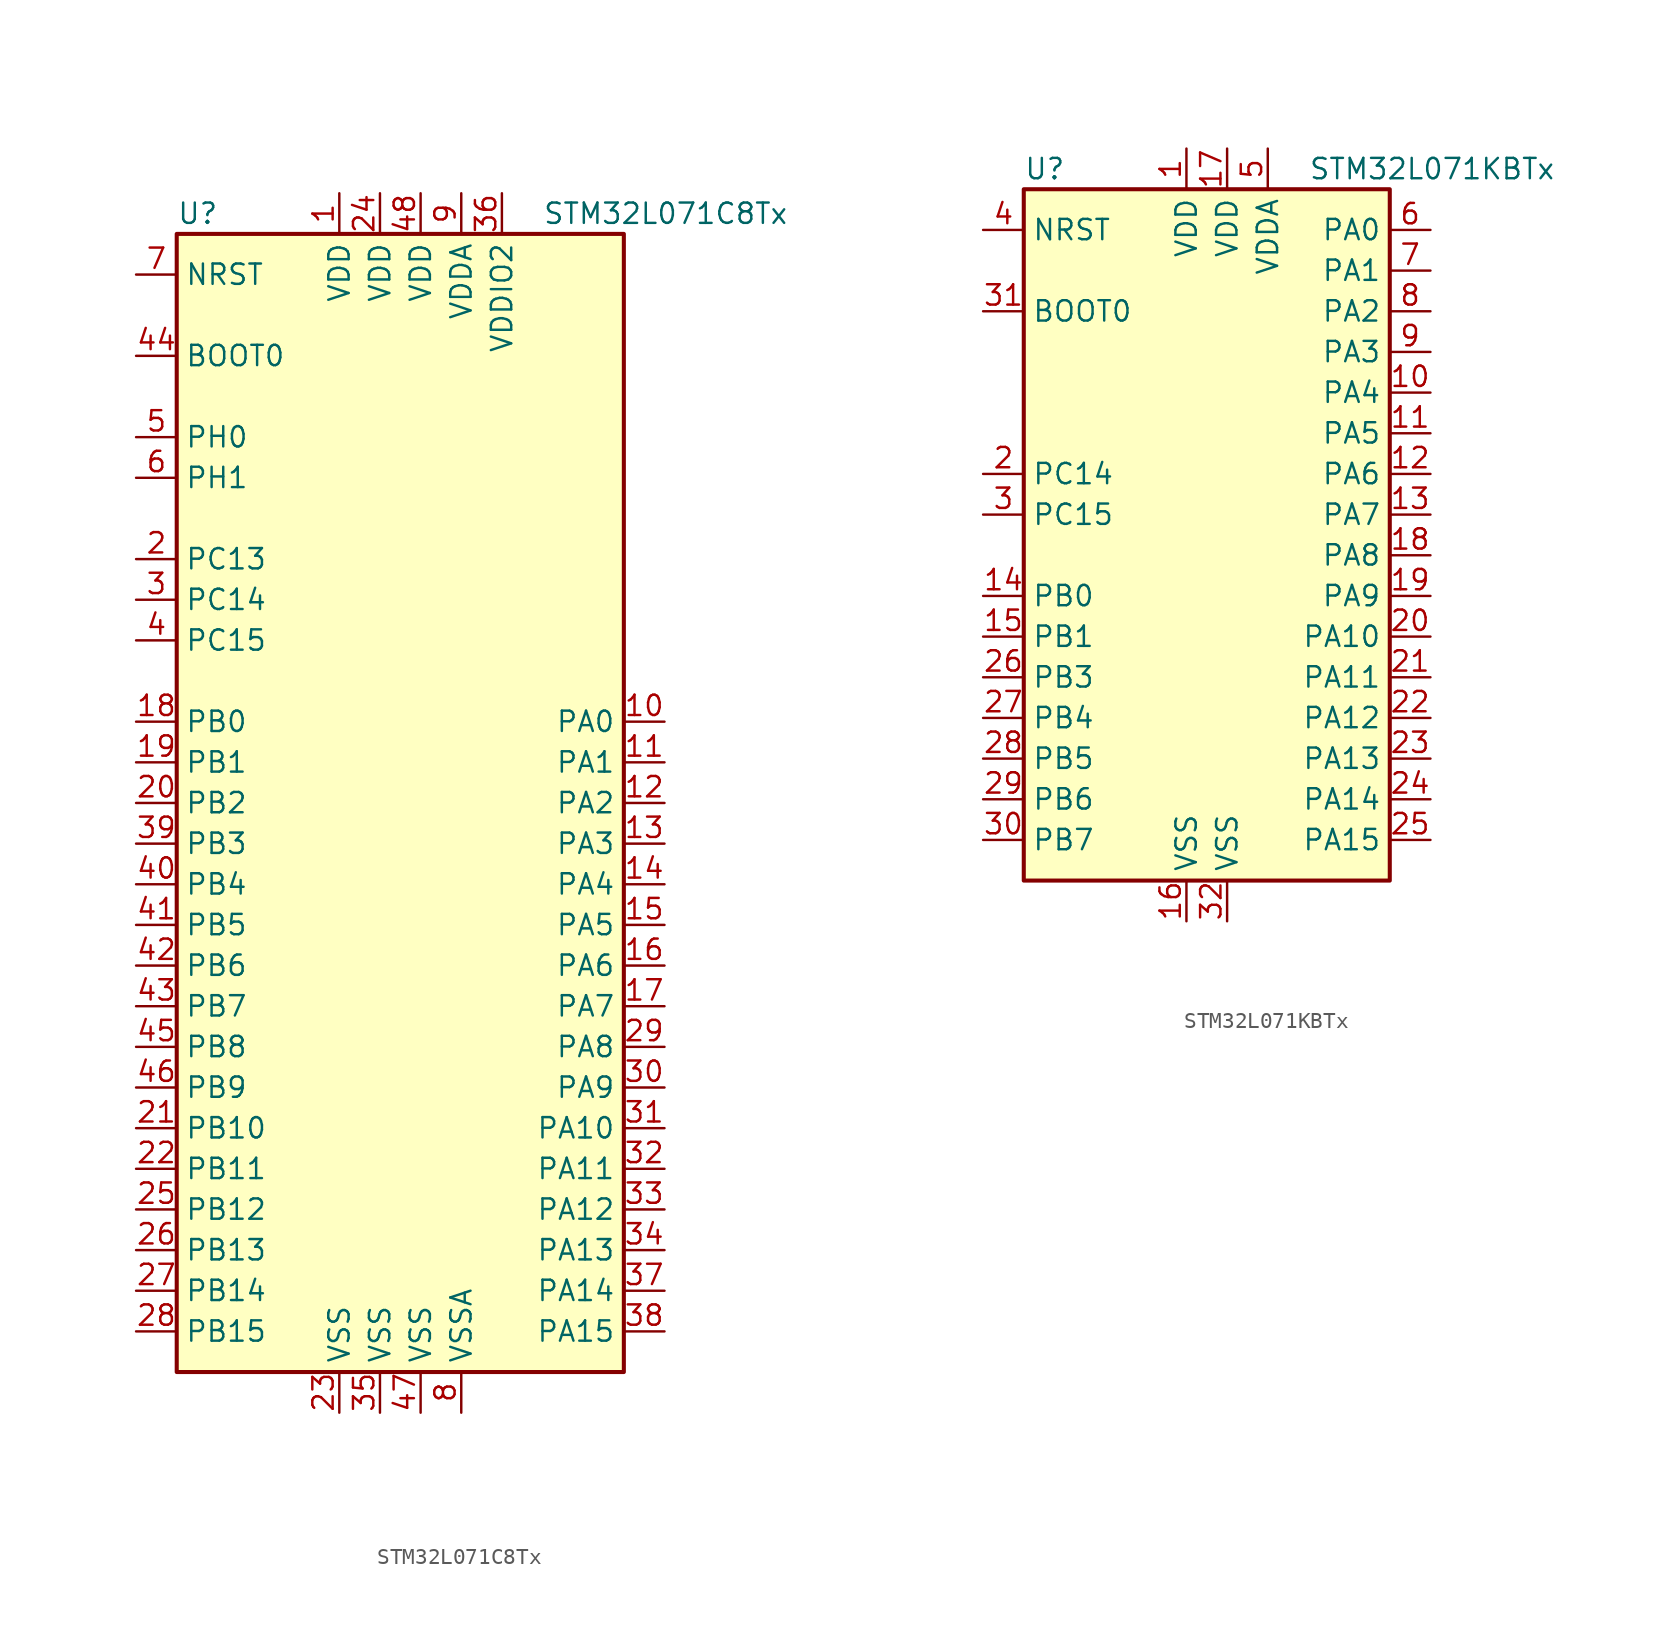
<source format=kicad_sym>
(kicad_symbol_lib
  (version 20201005)
  (generator kicad_symbol_editor)
  (symbol "STM32L071C8Tx"
    (property "Reference" "U"
      (at -15.24 36.83 0)
      (effects (font (size 1.27 1.27)) (justify left)))
    (property "Value" "STM32L071C8Tx"
      (at 7.62 36.83 0)
      (effects (font (size 1.27 1.27)) (justify left)))
    (symbol "STM32L071C8Tx_0_1"
      (rectangle (start -15.24 -35.56) (end 12.7 35.56) (stroke (width 0.254)) (fill (type background))))
    (symbol "STM32L071C8Tx_1_1"
      (pin input line (at -17.78 27.94 0) (length 2.54) (name "BOOT0" (effects (font (size 1.27 1.27)))) (number "44" (effects (font (size 1.27 1.27)))))
      (pin input line (at -17.78 33.02 0) (length 2.54) (name "NRST" (effects (font (size 1.27 1.27)))) (number "7" (effects (font (size 1.27 1.27)))))
      (pin bidirectional line (at 15.24 5.08 180) (length 2.54) (name "PA0" (effects (font (size 1.27 1.27)))) (number "10" (effects (font (size 1.27 1.27)))))
      (pin bidirectional line (at 15.24 2.54 180) (length 2.54) (name "PA1" (effects (font (size 1.27 1.27)))) (number "11" (effects (font (size 1.27 1.27)))))
      (pin bidirectional line (at 15.24 -20.32 180) (length 2.54) (name "PA10" (effects (font (size 1.27 1.27)))) (number "31" (effects (font (size 1.27 1.27)))))
      (pin bidirectional line (at 15.24 -22.86 180) (length 2.54) (name "PA11" (effects (font (size 1.27 1.27)))) (number "32" (effects (font (size 1.27 1.27)))))
      (pin bidirectional line (at 15.24 -25.4 180) (length 2.54) (name "PA12" (effects (font (size 1.27 1.27)))) (number "33" (effects (font (size 1.27 1.27)))))
      (pin bidirectional line (at 15.24 -27.94 180) (length 2.54) (name "PA13" (effects (font (size 1.27 1.27)))) (number "34" (effects (font (size 1.27 1.27)))))
      (pin bidirectional line (at 15.24 -30.48 180) (length 2.54) (name "PA14" (effects (font (size 1.27 1.27)))) (number "37" (effects (font (size 1.27 1.27)))))
      (pin bidirectional line (at 15.24 -33.02 180) (length 2.54) (name "PA15" (effects (font (size 1.27 1.27)))) (number "38" (effects (font (size 1.27 1.27)))))
      (pin bidirectional line (at 15.24 0 180) (length 2.54) (name "PA2" (effects (font (size 1.27 1.27)))) (number "12" (effects (font (size 1.27 1.27)))))
      (pin bidirectional line (at 15.24 -2.54 180) (length 2.54) (name "PA3" (effects (font (size 1.27 1.27)))) (number "13" (effects (font (size 1.27 1.27)))))
      (pin bidirectional line (at 15.24 -5.08 180) (length 2.54) (name "PA4" (effects (font (size 1.27 1.27)))) (number "14" (effects (font (size 1.27 1.27)))))
      (pin bidirectional line (at 15.24 -7.62 180) (length 2.54) (name "PA5" (effects (font (size 1.27 1.27)))) (number "15" (effects (font (size 1.27 1.27)))))
      (pin bidirectional line (at 15.24 -10.16 180) (length 2.54) (name "PA6" (effects (font (size 1.27 1.27)))) (number "16" (effects (font (size 1.27 1.27)))))
      (pin bidirectional line (at 15.24 -12.7 180) (length 2.54) (name "PA7" (effects (font (size 1.27 1.27)))) (number "17" (effects (font (size 1.27 1.27)))))
      (pin bidirectional line (at 15.24 -15.24 180) (length 2.54) (name "PA8" (effects (font (size 1.27 1.27)))) (number "29" (effects (font (size 1.27 1.27)))))
      (pin bidirectional line (at 15.24 -17.78 180) (length 2.54) (name "PA9" (effects (font (size 1.27 1.27)))) (number "30" (effects (font (size 1.27 1.27)))))
      (pin bidirectional line (at -17.78 5.08 0) (length 2.54) (name "PB0" (effects (font (size 1.27 1.27)))) (number "18" (effects (font (size 1.27 1.27)))))
      (pin bidirectional line (at -17.78 2.54 0) (length 2.54) (name "PB1" (effects (font (size 1.27 1.27)))) (number "19" (effects (font (size 1.27 1.27)))))
      (pin bidirectional line (at -17.78 -20.32 0) (length 2.54) (name "PB10" (effects (font (size 1.27 1.27)))) (number "21" (effects (font (size 1.27 1.27)))))
      (pin bidirectional line (at -17.78 -22.86 0) (length 2.54) (name "PB11" (effects (font (size 1.27 1.27)))) (number "22" (effects (font (size 1.27 1.27)))))
      (pin bidirectional line (at -17.78 -25.4 0) (length 2.54) (name "PB12" (effects (font (size 1.27 1.27)))) (number "25" (effects (font (size 1.27 1.27)))))
      (pin bidirectional line (at -17.78 -27.94 0) (length 2.54) (name "PB13" (effects (font (size 1.27 1.27)))) (number "26" (effects (font (size 1.27 1.27)))))
      (pin bidirectional line (at -17.78 -30.48 0) (length 2.54) (name "PB14" (effects (font (size 1.27 1.27)))) (number "27" (effects (font (size 1.27 1.27)))))
      (pin bidirectional line (at -17.78 -33.02 0) (length 2.54) (name "PB15" (effects (font (size 1.27 1.27)))) (number "28" (effects (font (size 1.27 1.27)))))
      (pin bidirectional line (at -17.78 0 0) (length 2.54) (name "PB2" (effects (font (size 1.27 1.27)))) (number "20" (effects (font (size 1.27 1.27)))))
      (pin bidirectional line (at -17.78 -2.54 0) (length 2.54) (name "PB3" (effects (font (size 1.27 1.27)))) (number "39" (effects (font (size 1.27 1.27)))))
      (pin bidirectional line (at -17.78 -5.08 0) (length 2.54) (name "PB4" (effects (font (size 1.27 1.27)))) (number "40" (effects (font (size 1.27 1.27)))))
      (pin bidirectional line (at -17.78 -7.62 0) (length 2.54) (name "PB5" (effects (font (size 1.27 1.27)))) (number "41" (effects (font (size 1.27 1.27)))))
      (pin bidirectional line (at -17.78 -10.16 0) (length 2.54) (name "PB6" (effects (font (size 1.27 1.27)))) (number "42" (effects (font (size 1.27 1.27)))))
      (pin bidirectional line (at -17.78 -12.7 0) (length 2.54) (name "PB7" (effects (font (size 1.27 1.27)))) (number "43" (effects (font (size 1.27 1.27)))))
      (pin bidirectional line (at -17.78 -15.24 0) (length 2.54) (name "PB8" (effects (font (size 1.27 1.27)))) (number "45" (effects (font (size 1.27 1.27)))))
      (pin bidirectional line (at -17.78 -17.78 0) (length 2.54) (name "PB9" (effects (font (size 1.27 1.27)))) (number "46" (effects (font (size 1.27 1.27)))))
      (pin bidirectional line (at -17.78 15.24 0) (length 2.54) (name "PC13" (effects (font (size 1.27 1.27)))) (number "2" (effects (font (size 1.27 1.27)))))
      (pin bidirectional line (at -17.78 12.7 0) (length 2.54) (name "PC14" (effects (font (size 1.27 1.27)))) (number "3" (effects (font (size 1.27 1.27)))))
      (pin bidirectional line (at -17.78 10.16 0) (length 2.54) (name "PC15" (effects (font (size 1.27 1.27)))) (number "4" (effects (font (size 1.27 1.27)))))
      (pin input line (at -17.78 22.86 0) (length 2.54) (name "PH0" (effects (font (size 1.27 1.27)))) (number "5" (effects (font (size 1.27 1.27)))))
      (pin input line (at -17.78 20.32 0) (length 2.54) (name "PH1" (effects (font (size 1.27 1.27)))) (number "6" (effects (font (size 1.27 1.27)))))
      (pin power_in line (at -5.08 38.1 270) (length 2.54) (name "VDD" (effects (font (size 1.27 1.27)))) (number "1" (effects (font (size 1.27 1.27)))))
      (pin power_in line (at -2.54 38.1 270) (length 2.54) (name "VDD" (effects (font (size 1.27 1.27)))) (number "24" (effects (font (size 1.27 1.27)))))
      (pin power_in line (at 0 38.1 270) (length 2.54) (name "VDD" (effects (font (size 1.27 1.27)))) (number "48" (effects (font (size 1.27 1.27)))))
      (pin power_in line (at 2.54 38.1 270) (length 2.54) (name "VDDA" (effects (font (size 1.27 1.27)))) (number "9" (effects (font (size 1.27 1.27)))))
      (pin power_in line (at 5.08 38.1 270) (length 2.54) (name "VDDIO2" (effects (font (size 1.27 1.27)))) (number "36" (effects (font (size 1.27 1.27)))))
      (pin power_in line (at -5.08 -38.1 90) (length 2.54) (name "VSS" (effects (font (size 1.27 1.27)))) (number "23" (effects (font (size 1.27 1.27)))))
      (pin power_in line (at -2.54 -38.1 90) (length 2.54) (name "VSS" (effects (font (size 1.27 1.27)))) (number "35" (effects (font (size 1.27 1.27)))))
      (pin power_in line (at 0 -38.1 90) (length 2.54) (name "VSS" (effects (font (size 1.27 1.27)))) (number "47" (effects (font (size 1.27 1.27)))))
      (pin power_in line (at 2.54 -38.1 90) (length 2.54) (name "VSSA" (effects (font (size 1.27 1.27)))) (number "8" (effects (font (size 1.27 1.27)))))))
  (symbol "STM32L071KBTx"
    (property "Reference" "U"
      (at -12.7 21.59 0)
      (effects (font (size 1.27 1.27)) (justify left)))
    (property "Value" "STM32L071KBTx"
      (at 5.08 21.59 0)
      (effects (font (size 1.27 1.27)) (justify left)))
    (symbol "STM32L071KBTx_0_1"
      (rectangle (start -12.7 -22.86) (end 10.16 20.32) (stroke (width 0.254)) (fill (type background))))
    (symbol "STM32L071KBTx_1_1"
      (pin input line (at -15.24 12.7 0) (length 2.54) (name "BOOT0" (effects (font (size 1.27 1.27)))) (number "31" (effects (font (size 1.27 1.27)))))
      (pin input line (at -15.24 17.78 0) (length 2.54) (name "NRST" (effects (font (size 1.27 1.27)))) (number "4" (effects (font (size 1.27 1.27)))))
      (pin bidirectional line (at 12.7 17.78 180) (length 2.54) (name "PA0" (effects (font (size 1.27 1.27)))) (number "6" (effects (font (size 1.27 1.27)))))
      (pin bidirectional line (at 12.7 15.24 180) (length 2.54) (name "PA1" (effects (font (size 1.27 1.27)))) (number "7" (effects (font (size 1.27 1.27)))))
      (pin bidirectional line (at 12.7 -7.62 180) (length 2.54) (name "PA10" (effects (font (size 1.27 1.27)))) (number "20" (effects (font (size 1.27 1.27)))))
      (pin bidirectional line (at 12.7 -10.16 180) (length 2.54) (name "PA11" (effects (font (size 1.27 1.27)))) (number "21" (effects (font (size 1.27 1.27)))))
      (pin bidirectional line (at 12.7 -12.7 180) (length 2.54) (name "PA12" (effects (font (size 1.27 1.27)))) (number "22" (effects (font (size 1.27 1.27)))))
      (pin bidirectional line (at 12.7 -15.24 180) (length 2.54) (name "PA13" (effects (font (size 1.27 1.27)))) (number "23" (effects (font (size 1.27 1.27)))))
      (pin bidirectional line (at 12.7 -17.78 180) (length 2.54) (name "PA14" (effects (font (size 1.27 1.27)))) (number "24" (effects (font (size 1.27 1.27)))))
      (pin bidirectional line (at 12.7 -20.32 180) (length 2.54) (name "PA15" (effects (font (size 1.27 1.27)))) (number "25" (effects (font (size 1.27 1.27)))))
      (pin bidirectional line (at 12.7 12.7 180) (length 2.54) (name "PA2" (effects (font (size 1.27 1.27)))) (number "8" (effects (font (size 1.27 1.27)))))
      (pin bidirectional line (at 12.7 10.16 180) (length 2.54) (name "PA3" (effects (font (size 1.27 1.27)))) (number "9" (effects (font (size 1.27 1.27)))))
      (pin bidirectional line (at 12.7 7.62 180) (length 2.54) (name "PA4" (effects (font (size 1.27 1.27)))) (number "10" (effects (font (size 1.27 1.27)))))
      (pin bidirectional line (at 12.7 5.08 180) (length 2.54) (name "PA5" (effects (font (size 1.27 1.27)))) (number "11" (effects (font (size 1.27 1.27)))))
      (pin bidirectional line (at 12.7 2.54 180) (length 2.54) (name "PA6" (effects (font (size 1.27 1.27)))) (number "12" (effects (font (size 1.27 1.27)))))
      (pin bidirectional line (at 12.7 0 180) (length 2.54) (name "PA7" (effects (font (size 1.27 1.27)))) (number "13" (effects (font (size 1.27 1.27)))))
      (pin bidirectional line (at 12.7 -2.54 180) (length 2.54) (name "PA8" (effects (font (size 1.27 1.27)))) (number "18" (effects (font (size 1.27 1.27)))))
      (pin bidirectional line (at 12.7 -5.08 180) (length 2.54) (name "PA9" (effects (font (size 1.27 1.27)))) (number "19" (effects (font (size 1.27 1.27)))))
      (pin bidirectional line (at -15.24 -5.08 0) (length 2.54) (name "PB0" (effects (font (size 1.27 1.27)))) (number "14" (effects (font (size 1.27 1.27)))))
      (pin bidirectional line (at -15.24 -7.62 0) (length 2.54) (name "PB1" (effects (font (size 1.27 1.27)))) (number "15" (effects (font (size 1.27 1.27)))))
      (pin bidirectional line (at -15.24 -10.16 0) (length 2.54) (name "PB3" (effects (font (size 1.27 1.27)))) (number "26" (effects (font (size 1.27 1.27)))))
      (pin bidirectional line (at -15.24 -12.7 0) (length 2.54) (name "PB4" (effects (font (size 1.27 1.27)))) (number "27" (effects (font (size 1.27 1.27)))))
      (pin bidirectional line (at -15.24 -15.24 0) (length 2.54) (name "PB5" (effects (font (size 1.27 1.27)))) (number "28" (effects (font (size 1.27 1.27)))))
      (pin bidirectional line (at -15.24 -17.78 0) (length 2.54) (name "PB6" (effects (font (size 1.27 1.27)))) (number "29" (effects (font (size 1.27 1.27)))))
      (pin bidirectional line (at -15.24 -20.32 0) (length 2.54) (name "PB7" (effects (font (size 1.27 1.27)))) (number "30" (effects (font (size 1.27 1.27)))))
      (pin bidirectional line (at -15.24 2.54 0) (length 2.54) (name "PC14" (effects (font (size 1.27 1.27)))) (number "2" (effects (font (size 1.27 1.27)))))
      (pin bidirectional line (at -15.24 0 0) (length 2.54) (name "PC15" (effects (font (size 1.27 1.27)))) (number "3" (effects (font (size 1.27 1.27)))))
      (pin power_in line (at -2.54 22.86 270) (length 2.54) (name "VDD" (effects (font (size 1.27 1.27)))) (number "1" (effects (font (size 1.27 1.27)))))
      (pin power_in line (at 0 22.86 270) (length 2.54) (name "VDD" (effects (font (size 1.27 1.27)))) (number "17" (effects (font (size 1.27 1.27)))))
      (pin power_in line (at 2.54 22.86 270) (length 2.54) (name "VDDA" (effects (font (size 1.27 1.27)))) (number "5" (effects (font (size 1.27 1.27)))))
      (pin power_in line (at -2.54 -25.4 90) (length 2.54) (name "VSS" (effects (font (size 1.27 1.27)))) (number "16" (effects (font (size 1.27 1.27)))))
      (pin power_in line (at 0 -25.4 90) (length 2.54) (name "VSS" (effects (font (size 1.27 1.27)))) (number "32" (effects (font (size 1.27 1.27))))))))
</source>
